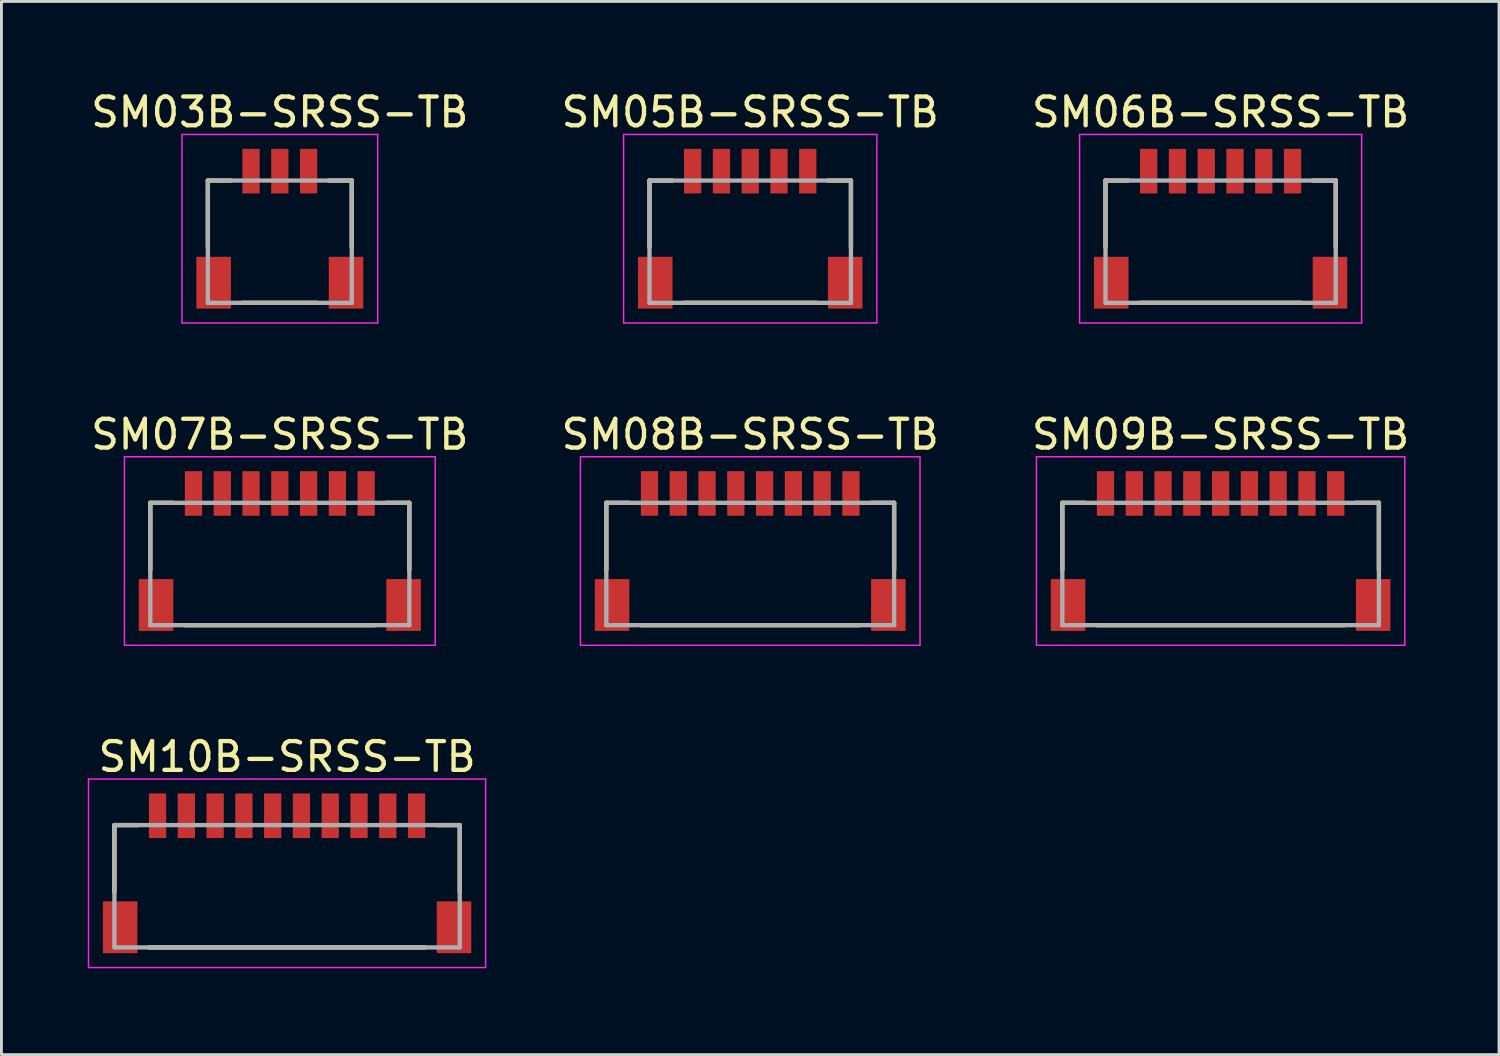
<source format=kicad_pcb>
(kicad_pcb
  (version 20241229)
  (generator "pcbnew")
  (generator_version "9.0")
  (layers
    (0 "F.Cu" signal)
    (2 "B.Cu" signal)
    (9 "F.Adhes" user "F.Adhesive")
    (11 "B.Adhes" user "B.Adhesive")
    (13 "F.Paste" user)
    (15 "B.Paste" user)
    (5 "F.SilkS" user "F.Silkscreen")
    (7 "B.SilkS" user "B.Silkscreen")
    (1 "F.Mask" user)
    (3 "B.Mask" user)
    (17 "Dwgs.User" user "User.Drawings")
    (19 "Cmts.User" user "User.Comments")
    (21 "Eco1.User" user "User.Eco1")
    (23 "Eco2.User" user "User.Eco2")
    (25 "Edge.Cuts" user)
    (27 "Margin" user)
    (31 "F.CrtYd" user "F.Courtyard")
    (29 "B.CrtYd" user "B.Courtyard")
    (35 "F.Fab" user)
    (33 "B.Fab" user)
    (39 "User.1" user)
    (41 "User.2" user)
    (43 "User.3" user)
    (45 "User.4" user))
  (footprint "SM10B-SRSS-TB"
    (layer "F.Cu")
    (at 6.925 27.745)
    (property "Reference" "SM10B-SRSS-TB" (at 0 -4.5 0) (layer "F.SilkS") (effects (font (size 1 1) (thickness 0.15))))
    (attr smd)
    (fp_line (start -6 -2.125) (end -6 0.2) (stroke (width 0.15) (type solid)) (layer "F.SilkS"))
    (fp_line (start -6 -2.125) (end -5.2 -2.125) (stroke (width 0.15) (type solid)) (layer "F.SilkS"))
    (fp_line (start -4.8 2.125) (end 4.8 2.125) (stroke (width 0.15) (type solid)) (layer "F.SilkS"))
    (fp_line (start 5.2 -2.125) (end 6 -2.125) (stroke (width 0.15) (type solid)) (layer "F.SilkS"))
    (fp_line (start 6 -2.125) (end 6 0.2) (stroke (width 0.15) (type solid)) (layer "F.SilkS"))
    (fp_line (start -6.9 -3.725) (end -6.9 2.825) (stroke (width 0.05) (type solid)) (layer "F.CrtYd"))
    (fp_line (start -6.9 -3.725) (end 6.9 -3.725) (stroke (width 0.05) (type solid)) (layer "F.CrtYd"))
    (fp_line (start -6.9 2.825) (end 6.9 2.825) (stroke (width 0.05) (type solid)) (layer "F.CrtYd"))
    (fp_line (start 6.9 -3.725) (end 6.9 2.825) (stroke (width 0.05) (type solid)) (layer "F.CrtYd"))
    (fp_line (start -6 -2.125) (end -6 2.125) (stroke (width 0.15) (type solid)) (layer "F.Fab"))
    (fp_line (start -6 -2.125) (end 6 -2.125) (stroke (width 0.15) (type solid)) (layer "F.Fab"))
    (fp_line (start -6 2.125) (end 6 2.125) (stroke (width 0.15) (type solid)) (layer "F.Fab"))
    (fp_line (start 6 -2.125) (end 6 2.125) (stroke (width 0.15) (type solid)) (layer "F.Fab"))
    (pad "1" smd rect (at -4.5 -2.45) (size 0.6 1.55) (layers "F.Cu" "F.Mask" "F.Paste"))
    (pad "2" smd rect (at -3.5 -2.45) (size 0.6 1.55) (layers "F.Cu" "F.Mask" "F.Paste"))
    (pad "3" smd rect (at -2.5 -2.45) (size 0.6 1.55) (layers "F.Cu" "F.Mask" "F.Paste"))
    (pad "4" smd rect (at -1.5 -2.45) (size 0.6 1.55) (layers "F.Cu" "F.Mask" "F.Paste"))
    (pad "5" smd rect (at -0.5 -2.45) (size 0.6 1.55) (layers "F.Cu" "F.Mask" "F.Paste"))
    (pad "6" smd rect (at 0.5 -2.45) (size 0.6 1.55) (layers "F.Cu" "F.Mask" "F.Paste"))
    (pad "7" smd rect (at 1.5 -2.45) (size 0.6 1.55) (layers "F.Cu" "F.Mask" "F.Paste"))
    (pad "8" smd rect (at 2.5 -2.45) (size 0.6 1.55) (layers "F.Cu" "F.Mask" "F.Paste"))
    (pad "9" smd rect (at 3.5 -2.45) (size 0.6 1.55) (layers "F.Cu" "F.Mask" "F.Paste"))
    (pad "10" smd rect (at 4.5 -2.45) (size 0.6 1.55) (layers "F.Cu" "F.Mask" "F.Paste"))
    (pad "S" smd rect (at -5.8 1.425) (size 1.2 1.8) (layers "F.Cu" "F.Mask" "F.Paste"))
    (pad "S" smd rect (at 5.8 1.425) (size 1.2 1.8) (layers "F.Cu" "F.Mask" "F.Paste")))
  (footprint "SM06B-SRSS-TB"
    (layer "F.Cu")
    (at 39.363 5.348)
    (property "Reference" "SM06B-SRSS-TB" (at 0 -4.5 0) (layer "F.SilkS") (effects (font (size 1 1) (thickness 0.15))))
    (attr smd)
    (fp_line (start -4 -2.125) (end -4 0.2) (stroke (width 0.15) (type solid)) (layer "F.SilkS"))
    (fp_line (start -4 -2.125) (end -3.2 -2.125) (stroke (width 0.15) (type solid)) (layer "F.SilkS"))
    (fp_line (start -2.8 2.125) (end 2.8 2.125) (stroke (width 0.15) (type solid)) (layer "F.SilkS"))
    (fp_line (start 3.2 -2.125) (end 4 -2.125) (stroke (width 0.15) (type solid)) (layer "F.SilkS"))
    (fp_line (start 4 -2.125) (end 4 0.2) (stroke (width 0.15) (type solid)) (layer "F.SilkS"))
    (fp_line (start -4.9 -3.725) (end -4.9 2.825) (stroke (width 0.05) (type solid)) (layer "F.CrtYd"))
    (fp_line (start -4.9 -3.725) (end 4.9 -3.725) (stroke (width 0.05) (type solid)) (layer "F.CrtYd"))
    (fp_line (start -4.9 2.825) (end 4.9 2.825) (stroke (width 0.05) (type solid)) (layer "F.CrtYd"))
    (fp_line (start 4.9 -3.725) (end 4.9 2.825) (stroke (width 0.05) (type solid)) (layer "F.CrtYd"))
    (fp_line (start -4 -2.125) (end -4 2.125) (stroke (width 0.15) (type solid)) (layer "F.Fab"))
    (fp_line (start -4 -2.125) (end 4 -2.125) (stroke (width 0.15) (type solid)) (layer "F.Fab"))
    (fp_line (start -4 2.125) (end 4 2.125) (stroke (width 0.15) (type solid)) (layer "F.Fab"))
    (fp_line (start 4 -2.125) (end 4 2.125) (stroke (width 0.15) (type solid)) (layer "F.Fab"))
    (pad "1" smd rect (at -2.5 -2.45) (size 0.6 1.55) (layers "F.Cu" "F.Mask" "F.Paste"))
    (pad "2" smd rect (at -1.5 -2.45) (size 0.6 1.55) (layers "F.Cu" "F.Mask" "F.Paste"))
    (pad "3" smd rect (at -0.5 -2.45) (size 0.6 1.55) (layers "F.Cu" "F.Mask" "F.Paste"))
    (pad "4" smd rect (at 0.5 -2.45) (size 0.6 1.55) (layers "F.Cu" "F.Mask" "F.Paste"))
    (pad "5" smd rect (at 1.5 -2.45) (size 0.6 1.55) (layers "F.Cu" "F.Mask" "F.Paste"))
    (pad "6" smd rect (at 2.5 -2.45) (size 0.6 1.55) (layers "F.Cu" "F.Mask" "F.Paste"))
    (pad "S" smd rect (at -3.8 1.425) (size 1.2 1.8) (layers "F.Cu" "F.Mask" "F.Paste"))
    (pad "S" smd rect (at 3.8 1.425) (size 1.2 1.8) (layers "F.Cu" "F.Mask" "F.Paste")))
  (footprint "SM05B-SRSS-TB"
    (layer "F.Cu")
    (at 23.018 5.348)
    (property "Reference" "SM05B-SRSS-TB" (at 0 -4.5 0) (layer "F.SilkS") (effects (font (size 1 1) (thickness 0.15))))
    (attr smd)
    (fp_line (start -3.5 -2.125) (end -3.5 0.2) (stroke (width 0.15) (type solid)) (layer "F.SilkS"))
    (fp_line (start -3.5 -2.125) (end -2.7 -2.125) (stroke (width 0.15) (type solid)) (layer "F.SilkS"))
    (fp_line (start -2.3 2.125) (end 2.3 2.125) (stroke (width 0.15) (type solid)) (layer "F.SilkS"))
    (fp_line (start 2.7 -2.125) (end 3.5 -2.125) (stroke (width 0.15) (type solid)) (layer "F.SilkS"))
    (fp_line (start 3.5 -2.125) (end 3.5 0.2) (stroke (width 0.15) (type solid)) (layer "F.SilkS"))
    (fp_line (start -4.4 -3.725) (end -4.4 2.825) (stroke (width 0.05) (type solid)) (layer "F.CrtYd"))
    (fp_line (start -4.4 -3.725) (end 4.4 -3.725) (stroke (width 0.05) (type solid)) (layer "F.CrtYd"))
    (fp_line (start -4.4 2.825) (end 4.4 2.825) (stroke (width 0.05) (type solid)) (layer "F.CrtYd"))
    (fp_line (start 4.4 -3.725) (end 4.4 2.825) (stroke (width 0.05) (type solid)) (layer "F.CrtYd"))
    (fp_line (start -3.5 -2.125) (end -3.5 2.125) (stroke (width 0.15) (type solid)) (layer "F.Fab"))
    (fp_line (start -3.5 -2.125) (end 3.5 -2.125) (stroke (width 0.15) (type solid)) (layer "F.Fab"))
    (fp_line (start -3.5 2.125) (end 3.5 2.125) (stroke (width 0.15) (type solid)) (layer "F.Fab"))
    (fp_line (start 3.5 -2.125) (end 3.5 2.125) (stroke (width 0.15) (type solid)) (layer "F.Fab"))
    (pad "1" smd rect (at -2 -2.45) (size 0.6 1.55) (layers "F.Cu" "F.Mask" "F.Paste"))
    (pad "2" smd rect (at -1 -2.45) (size 0.6 1.55) (layers "F.Cu" "F.Mask" "F.Paste"))
    (pad "3" smd rect (at 0 -2.45) (size 0.6 1.55) (layers "F.Cu" "F.Mask" "F.Paste"))
    (pad "4" smd rect (at 1 -2.45) (size 0.6 1.55) (layers "F.Cu" "F.Mask" "F.Paste"))
    (pad "5" smd rect (at 2 -2.45) (size 0.6 1.55) (layers "F.Cu" "F.Mask" "F.Paste"))
    (pad "S" smd rect (at -3.3 1.425) (size 1.2 1.8) (layers "F.Cu" "F.Mask" "F.Paste"))
    (pad "S" smd rect (at 3.3 1.425) (size 1.2 1.8) (layers "F.Cu" "F.Mask" "F.Paste")))
  (footprint "SM03B-SRSS-TB"
    (layer "F.Cu")
    (at 6.673 5.348)
    (property "Reference" "SM03B-SRSS-TB" (at 0 -4.5 0) (layer "F.SilkS") (effects (font (size 1 1) (thickness 0.15))))
    (attr smd)
    (fp_line (start -2.5 -2.125) (end -2.5 0.2) (stroke (width 0.15) (type solid)) (layer "F.SilkS"))
    (fp_line (start -2.5 -2.125) (end -1.7 -2.125) (stroke (width 0.15) (type solid)) (layer "F.SilkS"))
    (fp_line (start -1.3 2.125) (end 1.3 2.125) (stroke (width 0.15) (type solid)) (layer "F.SilkS"))
    (fp_line (start 1.7 -2.125) (end 2.5 -2.125) (stroke (width 0.15) (type solid)) (layer "F.SilkS"))
    (fp_line (start 2.5 -2.125) (end 2.5 0.2) (stroke (width 0.15) (type solid)) (layer "F.SilkS"))
    (fp_line (start -3.4 -3.725) (end -3.4 2.825) (stroke (width 0.05) (type solid)) (layer "F.CrtYd"))
    (fp_line (start -3.4 -3.725) (end 3.4 -3.725) (stroke (width 0.05) (type solid)) (layer "F.CrtYd"))
    (fp_line (start -3.4 2.825) (end 3.4 2.825) (stroke (width 0.05) (type solid)) (layer "F.CrtYd"))
    (fp_line (start 3.4 -3.725) (end 3.4 2.825) (stroke (width 0.05) (type solid)) (layer "F.CrtYd"))
    (fp_line (start -2.5 -2.125) (end -2.5 2.125) (stroke (width 0.15) (type solid)) (layer "F.Fab"))
    (fp_line (start -2.5 -2.125) (end 2.5 -2.125) (stroke (width 0.15) (type solid)) (layer "F.Fab"))
    (fp_line (start -2.5 2.125) (end 2.5 2.125) (stroke (width 0.15) (type solid)) (layer "F.Fab"))
    (fp_line (start 2.5 -2.125) (end 2.5 2.125) (stroke (width 0.15) (type solid)) (layer "F.Fab"))
    (pad "1" smd rect (at -1 -2.45) (size 0.6 1.55) (layers "F.Cu" "F.Mask" "F.Paste"))
    (pad "2" smd rect (at 0 -2.45) (size 0.6 1.55) (layers "F.Cu" "F.Mask" "F.Paste"))
    (pad "3" smd rect (at 1 -2.45) (size 0.6 1.55) (layers "F.Cu" "F.Mask" "F.Paste"))
    (pad "S" smd rect (at -2.3 1.425) (size 1.2 1.8) (layers "F.Cu" "F.Mask" "F.Paste"))
    (pad "S" smd rect (at 2.3 1.425) (size 1.2 1.8) (layers "F.Cu" "F.Mask" "F.Paste")))
  (footprint "SM08B-SRSS-TB"
    (layer "F.Cu")
    (at 23.018 16.547)
    (property "Reference" "SM08B-SRSS-TB" (at 0 -4.5 0) (layer "F.SilkS") (effects (font (size 1 1) (thickness 0.15))))
    (attr smd)
    (fp_line (start -5 -2.125) (end -5 0.2) (stroke (width 0.15) (type solid)) (layer "F.SilkS"))
    (fp_line (start -5 -2.125) (end -4.2 -2.125) (stroke (width 0.15) (type solid)) (layer "F.SilkS"))
    (fp_line (start -3.8 2.125) (end 3.8 2.125) (stroke (width 0.15) (type solid)) (layer "F.SilkS"))
    (fp_line (start 4.2 -2.125) (end 5 -2.125) (stroke (width 0.15) (type solid)) (layer "F.SilkS"))
    (fp_line (start 5 -2.125) (end 5 0.2) (stroke (width 0.15) (type solid)) (layer "F.SilkS"))
    (fp_line (start -5.9 -3.725) (end -5.9 2.825) (stroke (width 0.05) (type solid)) (layer "F.CrtYd"))
    (fp_line (start -5.9 -3.725) (end 5.9 -3.725) (stroke (width 0.05) (type solid)) (layer "F.CrtYd"))
    (fp_line (start -5.9 2.825) (end 5.9 2.825) (stroke (width 0.05) (type solid)) (layer "F.CrtYd"))
    (fp_line (start 5.9 -3.725) (end 5.9 2.825) (stroke (width 0.05) (type solid)) (layer "F.CrtYd"))
    (fp_line (start -5 -2.125) (end -5 2.125) (stroke (width 0.15) (type solid)) (layer "F.Fab"))
    (fp_line (start -5 -2.125) (end 5 -2.125) (stroke (width 0.15) (type solid)) (layer "F.Fab"))
    (fp_line (start -5 2.125) (end 5 2.125) (stroke (width 0.15) (type solid)) (layer "F.Fab"))
    (fp_line (start 5 -2.125) (end 5 2.125) (stroke (width 0.15) (type solid)) (layer "F.Fab"))
    (pad "1" smd rect (at -3.5 -2.45) (size 0.6 1.55) (layers "F.Cu" "F.Mask" "F.Paste"))
    (pad "2" smd rect (at -2.5 -2.45) (size 0.6 1.55) (layers "F.Cu" "F.Mask" "F.Paste"))
    (pad "3" smd rect (at -1.5 -2.45) (size 0.6 1.55) (layers "F.Cu" "F.Mask" "F.Paste"))
    (pad "4" smd rect (at -0.5 -2.45) (size 0.6 1.55) (layers "F.Cu" "F.Mask" "F.Paste"))
    (pad "5" smd rect (at 0.5 -2.45) (size 0.6 1.55) (layers "F.Cu" "F.Mask" "F.Paste"))
    (pad "6" smd rect (at 1.5 -2.45) (size 0.6 1.55) (layers "F.Cu" "F.Mask" "F.Paste"))
    (pad "7" smd rect (at 2.5 -2.45) (size 0.6 1.55) (layers "F.Cu" "F.Mask" "F.Paste"))
    (pad "8" smd rect (at 3.5 -2.45) (size 0.6 1.55) (layers "F.Cu" "F.Mask" "F.Paste"))
    (pad "S" smd rect (at -4.8 1.425) (size 1.2 1.8) (layers "F.Cu" "F.Mask" "F.Paste"))
    (pad "S" smd rect (at 4.8 1.425) (size 1.2 1.8) (layers "F.Cu" "F.Mask" "F.Paste")))
  (footprint "SM07B-SRSS-TB"
    (layer "F.Cu")
    (at 6.673 16.547)
    (property "Reference" "SM07B-SRSS-TB" (at 0 -4.5 0) (layer "F.SilkS") (effects (font (size 1 1) (thickness 0.15))))
    (attr smd)
    (fp_line (start -4.5 -2.125) (end -4.5 0.2) (stroke (width 0.15) (type solid)) (layer "F.SilkS"))
    (fp_line (start -4.5 -2.125) (end -3.7 -2.125) (stroke (width 0.15) (type solid)) (layer "F.SilkS"))
    (fp_line (start -3.3 2.125) (end 3.3 2.125) (stroke (width 0.15) (type solid)) (layer "F.SilkS"))
    (fp_line (start 3.7 -2.125) (end 4.5 -2.125) (stroke (width 0.15) (type solid)) (layer "F.SilkS"))
    (fp_line (start 4.5 -2.125) (end 4.5 0.2) (stroke (width 0.15) (type solid)) (layer "F.SilkS"))
    (fp_line (start -5.4 -3.725) (end -5.4 2.825) (stroke (width 0.05) (type solid)) (layer "F.CrtYd"))
    (fp_line (start -5.4 -3.725) (end 5.4 -3.725) (stroke (width 0.05) (type solid)) (layer "F.CrtYd"))
    (fp_line (start -5.4 2.825) (end 5.4 2.825) (stroke (width 0.05) (type solid)) (layer "F.CrtYd"))
    (fp_line (start 5.4 -3.725) (end 5.4 2.825) (stroke (width 0.05) (type solid)) (layer "F.CrtYd"))
    (fp_line (start -4.5 -2.125) (end -4.5 2.125) (stroke (width 0.15) (type solid)) (layer "F.Fab"))
    (fp_line (start -4.5 -2.125) (end 4.5 -2.125) (stroke (width 0.15) (type solid)) (layer "F.Fab"))
    (fp_line (start -4.5 2.125) (end 4.5 2.125) (stroke (width 0.15) (type solid)) (layer "F.Fab"))
    (fp_line (start 4.5 -2.125) (end 4.5 2.125) (stroke (width 0.15) (type solid)) (layer "F.Fab"))
    (pad "1" smd rect (at -3 -2.45) (size 0.6 1.55) (layers "F.Cu" "F.Mask" "F.Paste"))
    (pad "2" smd rect (at -2 -2.45) (size 0.6 1.55) (layers "F.Cu" "F.Mask" "F.Paste"))
    (pad "3" smd rect (at -1 -2.45) (size 0.6 1.55) (layers "F.Cu" "F.Mask" "F.Paste"))
    (pad "4" smd rect (at 0 -2.45) (size 0.6 1.55) (layers "F.Cu" "F.Mask" "F.Paste"))
    (pad "5" smd rect (at 1 -2.45) (size 0.6 1.55) (layers "F.Cu" "F.Mask" "F.Paste"))
    (pad "6" smd rect (at 2 -2.45) (size 0.6 1.55) (layers "F.Cu" "F.Mask" "F.Paste"))
    (pad "7" smd rect (at 3 -2.45) (size 0.6 1.55) (layers "F.Cu" "F.Mask" "F.Paste"))
    (pad "S" smd rect (at -4.3 1.425) (size 1.2 1.8) (layers "F.Cu" "F.Mask" "F.Paste"))
    (pad "S" smd rect (at 4.3 1.425) (size 1.2 1.8) (layers "F.Cu" "F.Mask" "F.Paste")))
  (footprint "SM09B-SRSS-TB"
    (layer "F.Cu")
    (at 39.363 16.547)
    (property "Reference" "SM09B-SRSS-TB" (at 0 -4.5 0) (layer "F.SilkS") (effects (font (size 1 1) (thickness 0.15))))
    (attr smd)
    (fp_line (start -5.5 -2.125) (end -5.5 0.2) (stroke (width 0.15) (type solid)) (layer "F.SilkS"))
    (fp_line (start -5.5 -2.125) (end -4.7 -2.125) (stroke (width 0.15) (type solid)) (layer "F.SilkS"))
    (fp_line (start -4.3 2.125) (end 4.3 2.125) (stroke (width 0.15) (type solid)) (layer "F.SilkS"))
    (fp_line (start 4.7 -2.125) (end 5.5 -2.125) (stroke (width 0.15) (type solid)) (layer "F.SilkS"))
    (fp_line (start 5.5 -2.125) (end 5.5 0.2) (stroke (width 0.15) (type solid)) (layer "F.SilkS"))
    (fp_line (start -6.4 -3.725) (end -6.4 2.825) (stroke (width 0.05) (type solid)) (layer "F.CrtYd"))
    (fp_line (start -6.4 -3.725) (end 6.4 -3.725) (stroke (width 0.05) (type solid)) (layer "F.CrtYd"))
    (fp_line (start -6.4 2.825) (end 6.4 2.825) (stroke (width 0.05) (type solid)) (layer "F.CrtYd"))
    (fp_line (start 6.4 -3.725) (end 6.4 2.825) (stroke (width 0.05) (type solid)) (layer "F.CrtYd"))
    (fp_line (start -5.5 -2.125) (end -5.5 2.125) (stroke (width 0.15) (type solid)) (layer "F.Fab"))
    (fp_line (start -5.5 -2.125) (end 5.5 -2.125) (stroke (width 0.15) (type solid)) (layer "F.Fab"))
    (fp_line (start -5.5 2.125) (end 5.5 2.125) (stroke (width 0.15) (type solid)) (layer "F.Fab"))
    (fp_line (start 5.5 -2.125) (end 5.5 2.125) (stroke (width 0.15) (type solid)) (layer "F.Fab"))
    (pad "1" smd rect (at -4 -2.45) (size 0.6 1.55) (layers "F.Cu" "F.Mask" "F.Paste"))
    (pad "2" smd rect (at -3 -2.45) (size 0.6 1.55) (layers "F.Cu" "F.Mask" "F.Paste"))
    (pad "3" smd rect (at -2 -2.45) (size 0.6 1.55) (layers "F.Cu" "F.Mask" "F.Paste"))
    (pad "4" smd rect (at -1 -2.45) (size 0.6 1.55) (layers "F.Cu" "F.Mask" "F.Paste"))
    (pad "5" smd rect (at 0 -2.45) (size 0.6 1.55) (layers "F.Cu" "F.Mask" "F.Paste"))
    (pad "6" smd rect (at 1 -2.45) (size 0.6 1.55) (layers "F.Cu" "F.Mask" "F.Paste"))
    (pad "7" smd rect (at 2 -2.45) (size 0.6 1.55) (layers "F.Cu" "F.Mask" "F.Paste"))
    (pad "8" smd rect (at 3 -2.45) (size 0.6 1.55) (layers "F.Cu" "F.Mask" "F.Paste"))
    (pad "9" smd rect (at 4 -2.45) (size 0.6 1.55) (layers "F.Cu" "F.Mask" "F.Paste"))
    (pad "S" smd rect (at -5.3 1.425) (size 1.2 1.8) (layers "F.Cu" "F.Mask" "F.Paste"))
    (pad "S" smd rect (at 5.3 1.425) (size 1.2 1.8) (layers "F.Cu" "F.Mask" "F.Paste")))
  (gr_rect
    (start -3 -3)
    (end 49.036 33.595)
    (stroke (width 0.1) (type default))
    (fill no)
    (layer "Edge.Cuts")))
</source>
